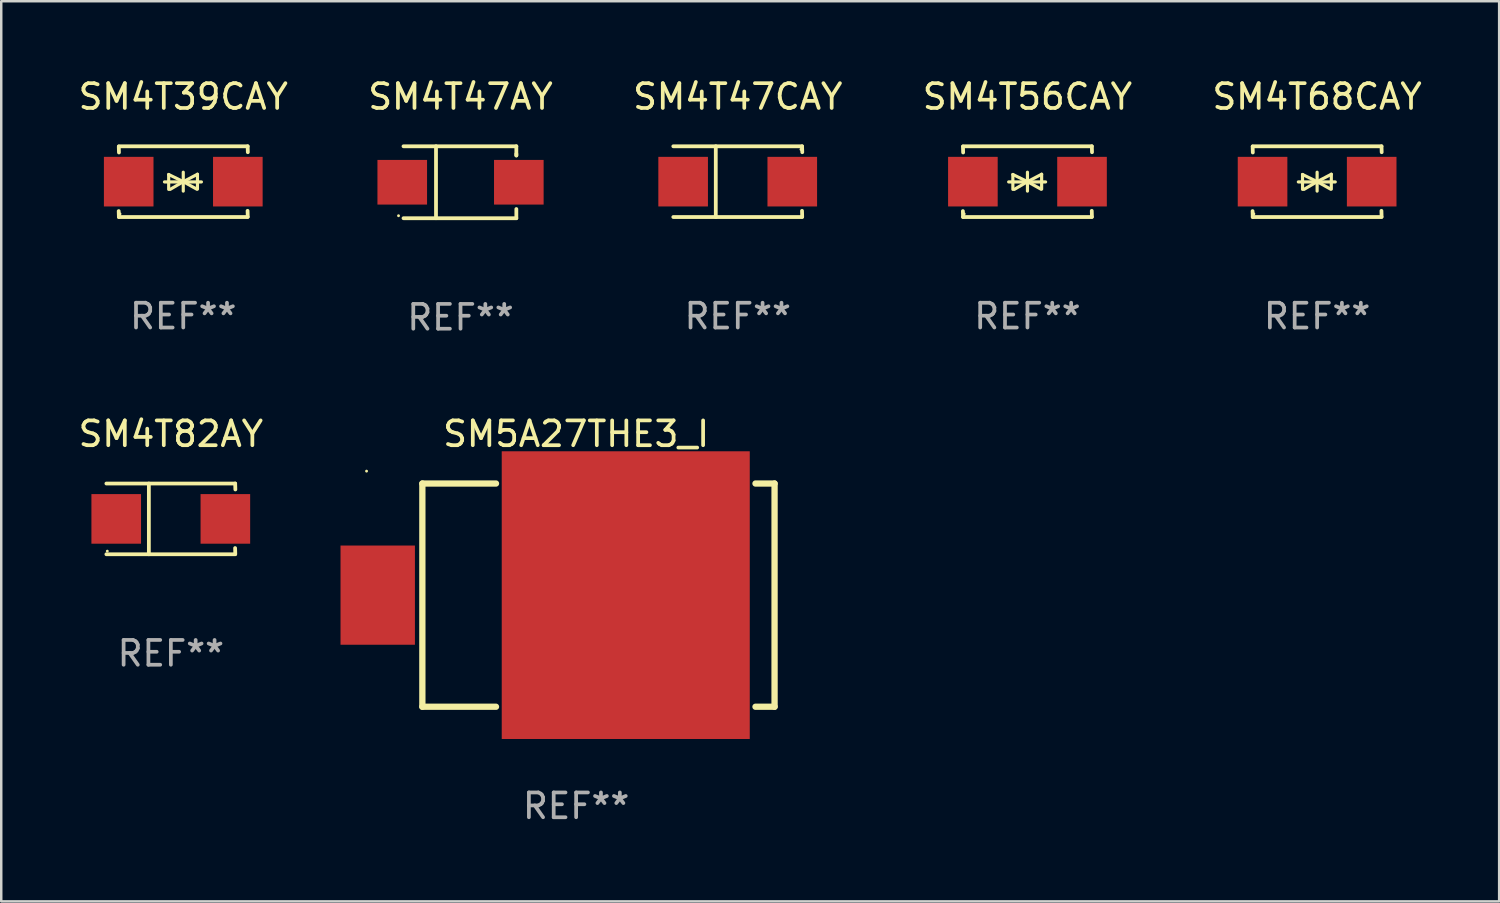
<source format=kicad_pcb>
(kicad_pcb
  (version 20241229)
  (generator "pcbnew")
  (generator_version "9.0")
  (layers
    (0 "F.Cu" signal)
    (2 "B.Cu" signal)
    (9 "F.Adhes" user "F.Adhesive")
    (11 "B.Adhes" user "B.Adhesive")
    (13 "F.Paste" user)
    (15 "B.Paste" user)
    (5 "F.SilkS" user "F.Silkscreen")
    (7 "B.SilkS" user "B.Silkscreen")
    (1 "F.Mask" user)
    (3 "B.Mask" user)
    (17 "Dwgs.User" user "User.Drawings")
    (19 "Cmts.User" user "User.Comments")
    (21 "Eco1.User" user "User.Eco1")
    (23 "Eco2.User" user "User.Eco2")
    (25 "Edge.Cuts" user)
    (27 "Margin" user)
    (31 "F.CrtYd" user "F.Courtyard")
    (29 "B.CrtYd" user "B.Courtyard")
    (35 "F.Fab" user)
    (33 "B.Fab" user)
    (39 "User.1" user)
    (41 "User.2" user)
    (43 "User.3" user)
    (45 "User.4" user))
  (footprint "SM4T47CAY"
    (layer "F.Cu")
    (at 26.696 4.274)
    (property "Reference" "SM4T47CAY" (at 0 -3.426 0) (layer "F.SilkS") (effects (font (size 1 1) (thickness 0.15))))
    (attr through_hole)
    (fp_line (start -2.6 -1.426) (end 2.593 -1.426) (stroke (width 0.152) (type solid)) (layer "F.SilkS"))
    (fp_line (start -2.6 1.426) (end 2.593 1.426) (stroke (width 0.152) (type solid)) (layer "F.SilkS"))
    (fp_line (start -0.887 -1.426) (end -0.887 1.426) (stroke (width 0.152) (type solid)) (layer "F.SilkS"))
    (fp_line (start 2.59 1.176) (end 2.597 1.415) (stroke (width 0.152) (type solid)) (layer "F.SilkS"))
    (fp_line (start 2.593 -1.426) (end 2.6 -1.187) (stroke (width 0.152) (type solid)) (layer "F.SilkS"))
    (fp_circle (center 2.547 -1.3) (end 2.577 -1.3) (stroke (width 0.06) (type solid)) (fill no) (layer "F.SilkS"))
    (fp_text user "REF**" (at 0 5.426 0) (layer "F.Fab") (effects (font (size 1 1) (thickness 0.15))))
    (pad "1" smd rect (at 2.197 -0.000025 180) (size 2 2) (layers "F.Cu" "F.Mask" "F.Paste"))
    (pad "2" smd rect (at -2.203 -0.000025 180) (size 2 2) (layers "F.Cu" "F.Mask" "F.Paste")))
  (footprint "SM4T39CAY"
    (layer "F.Cu")
    (at 4.339 4.274)
    (property "Reference" "SM4T39CAY" (at 0 -3.426 0) (layer "F.SilkS") (effects (font (size 1 1) (thickness 0.15))))
    (attr through_hole)
    (fp_line (start -2.596 -1.426) (end 2.596 -1.426) (stroke (width 0.152) (type solid)) (layer "F.SilkS"))
    (fp_line (start -2.596 1.426) (end -2.603 1.187) (stroke (width 0.152) (type solid)) (layer "F.SilkS"))
    (fp_line (start -2.596 1.426) (end 2.596 1.426) (stroke (width 0.152) (type solid)) (layer "F.SilkS"))
    (fp_line (start -2.593 -1.176) (end -2.6 -1.415) (stroke (width 0.152) (type solid)) (layer "F.SilkS"))
    (fp_line (start -0.758 0.011) (end 0.732 0.011) (stroke (width 0.127) (type solid)) (layer "F.SilkS"))
    (fp_line (start -0.588 -0.289) (end -0.588 0.311) (stroke (width 0.127) (type solid)) (layer "F.SilkS"))
    (fp_line (start -0.588 -0.289) (end 0 0) (stroke (width 0.127) (type solid)) (layer "F.SilkS"))
    (fp_line (start -0.528 0.311) (end 0 0) (stroke (width 0.127) (type solid)) (layer "F.SilkS"))
    (fp_line (start 0 0) (end 0 -0.381) (stroke (width 0.127) (type solid)) (layer "F.SilkS"))
    (fp_line (start 0 0) (end 0 0.381) (stroke (width 0.127) (type solid)) (layer "F.SilkS"))
    (fp_line (start 0.542 0.301) (end 0 0) (stroke (width 0.127) (type solid)) (layer "F.SilkS"))
    (fp_line (start 0.572 -0.299) (end 0 0) (stroke (width 0.127) (type solid)) (layer "F.SilkS"))
    (fp_line (start 0.572 -0.299) (end 0.572 0.301) (stroke (width 0.127) (type solid)) (layer "F.SilkS"))
    (fp_line (start 2.593 1.176) (end 2.6 1.415) (stroke (width 0.152) (type solid)) (layer "F.SilkS"))
    (fp_line (start 2.596 -1.426) (end 2.603 -1.187) (stroke (width 0.152) (type solid)) (layer "F.SilkS"))
    (fp_circle (center -2.55 1.3) (end -2.52 1.3) (stroke (width 0.06) (type solid)) (fill no) (layer "F.SilkS"))
    (fp_text user "REF**" (at 0 5.426 0) (layer "F.Fab") (effects (font (size 1 1) (thickness 0.15))))
    (pad "1" smd rect (at -2.2 0 180) (size 2 2) (layers "F.Cu" "F.Mask" "F.Paste"))
    (pad "2" smd rect (at 2.2 0 180) (size 2 2) (layers "F.Cu" "F.Mask" "F.Paste")))
  (footprint "SM4T68CAY"
    (layer "F.Cu")
    (at 50.054 4.274)
    (property "Reference" "SM4T68CAY" (at 0 -3.426 0) (layer "F.SilkS") (effects (font (size 1 1) (thickness 0.15))))
    (attr through_hole)
    (fp_line (start -2.596 -1.426) (end 2.596 -1.426) (stroke (width 0.152) (type solid)) (layer "F.SilkS"))
    (fp_line (start -2.596 1.426) (end -2.603 1.187) (stroke (width 0.152) (type solid)) (layer "F.SilkS"))
    (fp_line (start -2.596 1.426) (end 2.596 1.426) (stroke (width 0.152) (type solid)) (layer "F.SilkS"))
    (fp_line (start -2.593 -1.176) (end -2.6 -1.415) (stroke (width 0.152) (type solid)) (layer "F.SilkS"))
    (fp_line (start -0.758 0.011) (end 0.732 0.011) (stroke (width 0.127) (type solid)) (layer "F.SilkS"))
    (fp_line (start -0.588 -0.289) (end -0.588 0.311) (stroke (width 0.127) (type solid)) (layer "F.SilkS"))
    (fp_line (start -0.588 -0.289) (end 0 0) (stroke (width 0.127) (type solid)) (layer "F.SilkS"))
    (fp_line (start -0.528 0.311) (end 0 0) (stroke (width 0.127) (type solid)) (layer "F.SilkS"))
    (fp_line (start 0 0) (end 0 -0.381) (stroke (width 0.127) (type solid)) (layer "F.SilkS"))
    (fp_line (start 0 0) (end 0 0.381) (stroke (width 0.127) (type solid)) (layer "F.SilkS"))
    (fp_line (start 0.542 0.301) (end 0 0) (stroke (width 0.127) (type solid)) (layer "F.SilkS"))
    (fp_line (start 0.572 -0.299) (end 0 0) (stroke (width 0.127) (type solid)) (layer "F.SilkS"))
    (fp_line (start 0.572 -0.299) (end 0.572 0.301) (stroke (width 0.127) (type solid)) (layer "F.SilkS"))
    (fp_line (start 2.593 1.176) (end 2.6 1.415) (stroke (width 0.152) (type solid)) (layer "F.SilkS"))
    (fp_line (start 2.596 -1.426) (end 2.603 -1.187) (stroke (width 0.152) (type solid)) (layer "F.SilkS"))
    (fp_circle (center -2.55 1.3) (end -2.52 1.3) (stroke (width 0.06) (type solid)) (fill no) (layer "F.SilkS"))
    (fp_text user "REF**" (at 0 5.426 0) (layer "F.Fab") (effects (font (size 1 1) (thickness 0.15))))
    (pad "1" smd rect (at -2.2 0 180) (size 2 2) (layers "F.Cu" "F.Mask" "F.Paste"))
    (pad "2" smd rect (at 2.2 0 180) (size 2 2) (layers "F.Cu" "F.Mask" "F.Paste")))
  (footprint "SM4T56CAY"
    (layer "F.Cu")
    (at 38.375 4.274)
    (property "Reference" "SM4T56CAY" (at 0 -3.426 0) (layer "F.SilkS") (effects (font (size 1 1) (thickness 0.15))))
    (attr through_hole)
    (fp_line (start -2.596 -1.426) (end 2.596 -1.426) (stroke (width 0.152) (type solid)) (layer "F.SilkS"))
    (fp_line (start -2.596 1.426) (end -2.603 1.187) (stroke (width 0.152) (type solid)) (layer "F.SilkS"))
    (fp_line (start -2.596 1.426) (end 2.596 1.426) (stroke (width 0.152) (type solid)) (layer "F.SilkS"))
    (fp_line (start -2.593 -1.176) (end -2.6 -1.415) (stroke (width 0.152) (type solid)) (layer "F.SilkS"))
    (fp_line (start -0.758 0.011) (end 0.732 0.011) (stroke (width 0.127) (type solid)) (layer "F.SilkS"))
    (fp_line (start -0.588 -0.289) (end -0.588 0.311) (stroke (width 0.127) (type solid)) (layer "F.SilkS"))
    (fp_line (start -0.588 -0.289) (end 0 0) (stroke (width 0.127) (type solid)) (layer "F.SilkS"))
    (fp_line (start -0.528 0.311) (end 0 0) (stroke (width 0.127) (type solid)) (layer "F.SilkS"))
    (fp_line (start 0 0) (end 0 -0.381) (stroke (width 0.127) (type solid)) (layer "F.SilkS"))
    (fp_line (start 0 0) (end 0 0.381) (stroke (width 0.127) (type solid)) (layer "F.SilkS"))
    (fp_line (start 0.542 0.301) (end 0 0) (stroke (width 0.127) (type solid)) (layer "F.SilkS"))
    (fp_line (start 0.572 -0.299) (end 0 0) (stroke (width 0.127) (type solid)) (layer "F.SilkS"))
    (fp_line (start 0.572 -0.299) (end 0.572 0.301) (stroke (width 0.127) (type solid)) (layer "F.SilkS"))
    (fp_line (start 2.593 1.176) (end 2.6 1.415) (stroke (width 0.152) (type solid)) (layer "F.SilkS"))
    (fp_line (start 2.596 -1.426) (end 2.603 -1.187) (stroke (width 0.152) (type solid)) (layer "F.SilkS"))
    (fp_circle (center -2.55 1.3) (end -2.52 1.3) (stroke (width 0.06) (type solid)) (fill no) (layer "F.SilkS"))
    (fp_text user "REF**" (at 0 5.426 0) (layer "F.Fab") (effects (font (size 1 1) (thickness 0.15))))
    (pad "1" smd rect (at -2.2 0 180) (size 2 2) (layers "F.Cu" "F.Mask" "F.Paste"))
    (pad "2" smd rect (at 2.2 0 180) (size 2 2) (layers "F.Cu" "F.Mask" "F.Paste")))
  (footprint "SM5A27THE3_I"
    (layer "F.Cu")
    (at 20.179 20.945)
    (property "Reference" "SM5A27THE3_I" (at 0 -6.5 0) (layer "F.SilkS") (effects (font (size 1 1) (thickness 0.15))))
    (attr through_hole)
    (fp_line (start -6.2 -4.5) (end -6.2 4.5) (stroke (width 0.254) (type solid)) (layer "F.SilkS"))
    (fp_line (start -6.2 -4.5) (end -3.231 -4.5) (stroke (width 0.254) (type solid)) (layer "F.SilkS"))
    (fp_line (start -6.2 4.5) (end -3.231 4.5) (stroke (width 0.254) (type solid)) (layer "F.SilkS"))
    (fp_line (start 7.231 -4.5) (end 8 -4.5) (stroke (width 0.254) (type solid)) (layer "F.SilkS"))
    (fp_line (start 7.231 4.5) (end 8 4.5) (stroke (width 0.254) (type solid)) (layer "F.SilkS"))
    (fp_line (start 8 -4.5) (end 8 4.5) (stroke (width 0.254) (type solid)) (layer "F.SilkS"))
    (fp_circle (center -8.45 -5) (end -8.42 -5) (stroke (width 0.06) (type solid)) (fill no) (layer "F.SilkS"))
    (fp_text user "REF**" (at 0 8.5 0) (layer "F.Fab") (effects (font (size 1 1) (thickness 0.15))))
    (pad "1" smd rect (at -8 -0.000076 180) (size 3 4) (layers "F.Cu" "F.Mask" "F.Paste"))
    (pad "2" smd rect (at 2 -0.000076 180) (size 10 11.6) (layers "F.Cu" "F.Mask" "F.Paste")))
  (footprint "SM4T47AY"
    (layer "F.Cu")
    (at 15.518 4.298)
    (property "Reference" "SM4T47AY" (at 0 -3.45 0) (layer "F.SilkS") (effects (font (size 1 1) (thickness 0.15))))
    (attr through_hole)
    (fp_line (start -2.3 -1.45) (end 2.25 -1.45) (stroke (width 0.152) (type solid)) (layer "F.SilkS"))
    (fp_line (start -0.989 -1.45) (end -0.989 1.45) (stroke (width 0.152) (type solid)) (layer "F.SilkS"))
    (fp_line (start 2.25 -1.45) (end 2.25 -1.08) (stroke (width 0.152) (type solid)) (layer "F.SilkS"))
    (fp_line (start 2.25 -1.08) (end 2.25 -1.142) (stroke (width 0.152) (type solid)) (layer "F.SilkS"))
    (fp_line (start 2.25 1.45) (end -2.3 1.45) (stroke (width 0.152) (type solid)) (layer "F.SilkS"))
    (fp_line (start 2.25 1.45) (end 2.25 1.08) (stroke (width 0.152) (type solid)) (layer "F.SilkS"))
    (fp_circle (center -2.5 1.35) (end -2.47 1.35) (stroke (width 0.06) (type solid)) (fill no) (layer "F.SilkS"))
    (fp_text user "REF**" (at 0 5.45 0) (layer "F.Fab") (effects (font (size 1 1) (thickness 0.15))))
    (pad "1" smd rect (at -2.35 0.000025) (size 2 1.8) (layers "F.Cu" "F.Mask" "F.Paste"))
    (pad "2" smd rect (at 2.35 0.000025) (size 2 1.8) (layers "F.Cu" "F.Mask" "F.Paste")))
  (footprint "SM4T82AY"
    (layer "F.Cu")
    (at 3.839 17.871)
    (property "Reference" "SM4T82AY" (at 0 -3.426 0) (layer "F.SilkS") (effects (font (size 1 1) (thickness 0.15))))
    (attr through_hole)
    (fp_line (start -2.6 -1.426) (end 2.593 -1.426) (stroke (width 0.152) (type solid)) (layer "F.SilkS"))
    (fp_line (start -2.6 1.426) (end 2.593 1.426) (stroke (width 0.152) (type solid)) (layer "F.SilkS"))
    (fp_line (start -0.887 -1.426) (end -0.887 1.426) (stroke (width 0.152) (type solid)) (layer "F.SilkS"))
    (fp_line (start 2.59 1.176) (end 2.597 1.415) (stroke (width 0.152) (type solid)) (layer "F.SilkS"))
    (fp_line (start 2.593 -1.426) (end 2.6 -1.187) (stroke (width 0.152) (type solid)) (layer "F.SilkS"))
    (fp_circle (center -2.563 1.3) (end -2.533 1.3) (stroke (width 0.06) (type solid)) (fill no) (layer "F.SilkS"))
    (fp_text user "REF**" (at 0 5.426 0) (layer "F.Fab") (effects (font (size 1 1) (thickness 0.15))))
    (pad "1" smd rect (at -2.203 -0.000025 180) (size 2 2) (layers "F.Cu" "F.Mask" "F.Paste"))
    (pad "2" smd rect (at 2.197 -0.000025 180) (size 2 2) (layers "F.Cu" "F.Mask" "F.Paste")))
  (gr_rect
    (start -3 -3)
    (end 57.393 33.293)
    (stroke (width 0.1) (type default))
    (fill no)
    (layer "Edge.Cuts")))
</source>
